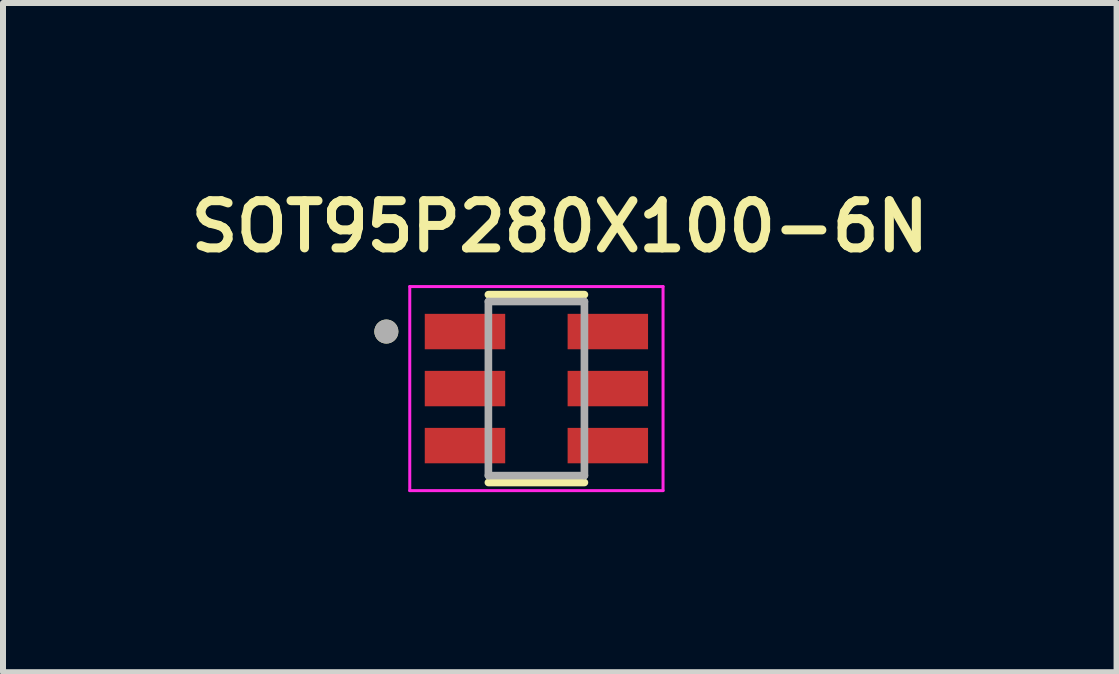
<source format=kicad_pcb>
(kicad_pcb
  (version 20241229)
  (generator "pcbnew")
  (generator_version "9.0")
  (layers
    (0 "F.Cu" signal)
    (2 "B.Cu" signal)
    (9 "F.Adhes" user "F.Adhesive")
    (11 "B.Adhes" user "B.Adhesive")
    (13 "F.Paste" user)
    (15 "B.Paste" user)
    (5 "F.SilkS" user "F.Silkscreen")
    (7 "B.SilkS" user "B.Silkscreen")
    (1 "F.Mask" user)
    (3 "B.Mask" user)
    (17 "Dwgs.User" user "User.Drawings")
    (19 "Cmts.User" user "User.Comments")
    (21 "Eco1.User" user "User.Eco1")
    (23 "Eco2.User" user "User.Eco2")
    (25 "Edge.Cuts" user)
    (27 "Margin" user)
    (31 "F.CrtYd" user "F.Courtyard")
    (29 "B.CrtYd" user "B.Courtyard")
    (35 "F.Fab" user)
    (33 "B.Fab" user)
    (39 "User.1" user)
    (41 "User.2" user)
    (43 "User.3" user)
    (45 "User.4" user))
  (footprint "SOT95P280X100-6N"
    (layer "F.Cu")
    (at 5.887 3.424)
    (property "Reference" "SOT95P280X100-6N" (at 0.39 -2.7 0) (layer "F.SilkS") (effects (font (size 0.787 0.787) (thickness 0.15))))
    (attr smd)
    (fp_line (start 0.8 -1.565) (end -0.8 -1.565) (stroke (width 0.127) (type solid)) (layer "F.SilkS"))
    (fp_line (start 0.8 1.565) (end -0.8 1.565) (stroke (width 0.127) (type solid)) (layer "F.SilkS"))
    (fp_circle (center -2.5 -0.95) (end -2.4 -0.95) (stroke (width 0.2) (type solid)) (fill no) (layer "F.SilkS"))
    (fp_line (start -2.11 -1.7) (end -2.11 1.7) (stroke (width 0.05) (type solid)) (layer "F.CrtYd"))
    (fp_line (start -2.11 1.7) (end 2.11 1.7) (stroke (width 0.05) (type solid)) (layer "F.CrtYd"))
    (fp_line (start 2.11 -1.7) (end -2.11 -1.7) (stroke (width 0.05) (type solid)) (layer "F.CrtYd"))
    (fp_line (start 2.11 1.7) (end 2.11 -1.7) (stroke (width 0.05) (type solid)) (layer "F.CrtYd"))
    (fp_line (start -0.8 -1.45) (end -0.8 1.45) (stroke (width 0.127) (type solid)) (layer "F.Fab"))
    (fp_line (start -0.8 1.45) (end 0.8 1.45) (stroke (width 0.127) (type solid)) (layer "F.Fab"))
    (fp_line (start 0.8 -1.45) (end -0.8 -1.45) (stroke (width 0.127) (type solid)) (layer "F.Fab"))
    (fp_line (start 0.8 1.45) (end 0.8 -1.45) (stroke (width 0.127) (type solid)) (layer "F.Fab"))
    (fp_circle (center -2.5 -0.95) (end -2.4 -0.95) (stroke (width 0.2) (type solid)) (fill no) (layer "F.Fab"))
    (pad "1" smd rect (at -1.19 -0.95) (size 1.34 0.59) (layers "F.Cu" "F.Mask" "F.Paste"))
    (pad "2" smd rect (at -1.19 0) (size 1.34 0.59) (layers "F.Cu" "F.Mask" "F.Paste"))
    (pad "3" smd rect (at -1.19 0.95) (size 1.34 0.59) (layers "F.Cu" "F.Mask" "F.Paste"))
    (pad "4" smd rect (at 1.19 0.95) (size 1.34 0.59) (layers "F.Cu" "F.Mask" "F.Paste"))
    (pad "5" smd rect (at 1.19 0) (size 1.34 0.59) (layers "F.Cu" "F.Mask" "F.Paste"))
    (pad "6" smd rect (at 1.19 -0.95) (size 1.34 0.59) (layers "F.Cu" "F.Mask" "F.Paste")))
  (gr_rect
    (start -3 -3)
    (end 15.553 8.149)
    (stroke (width 0.1) (type default))
    (fill no)
    (layer "Edge.Cuts")))
</source>
